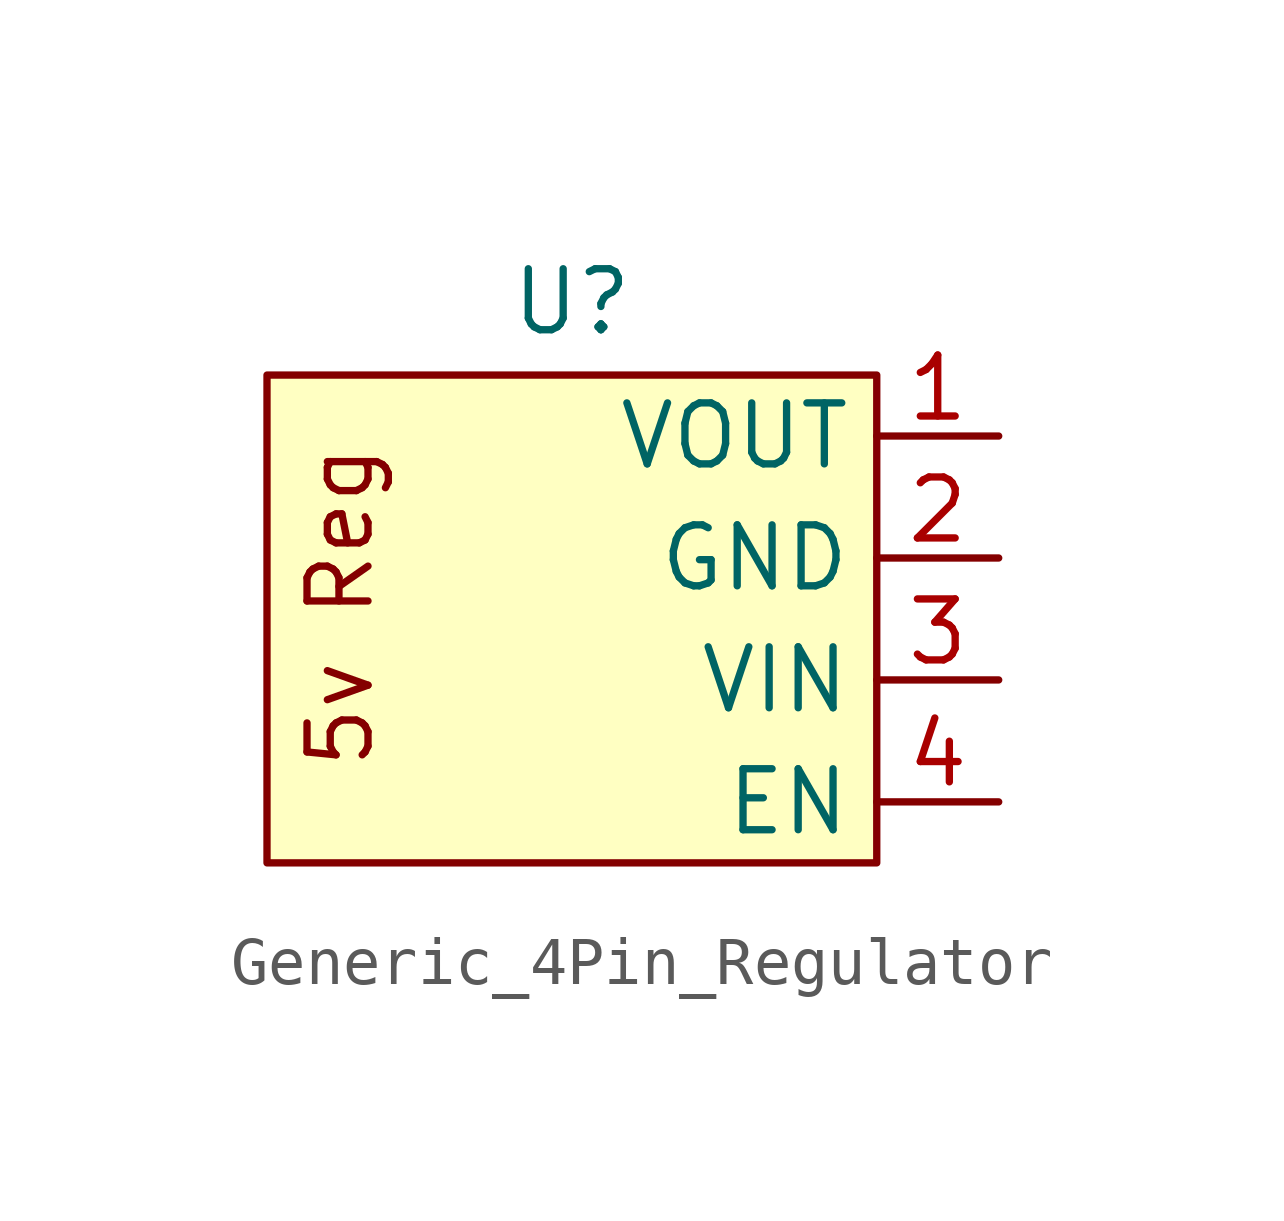
<source format=kicad_sym>
(kicad_symbol_lib
  (version 20241209)
  (generator "kicad_symbol_editor")
  (generator_version "9.0")
  (symbol "Generic_4Pin_Regulator"
    (property "Reference" "U"
      (at 0 5.334 0)
      (effects (font (size 1.27 1.27))))
    (property "Value" ""
      (at 0 0 0)
      (effects (font (size 1.27 1.27))))
    (symbol "Generic_4Pin_Regulator_1_0"
      (pin input line (at 8.89 -5.08 180) (length 2.54) (name "EN" (effects (font (size 1.27 1.27)))) (number "4" (effects (font (size 1.27 1.27))))))
    (symbol "Generic_4Pin_Regulator_1_1"
      (rectangle (start -6.35 3.81) (end 6.35 -6.35) (stroke (width 0) (type default)) (fill (type background)))
      (text "5v Reg" (at -4.826 -1.016 900) (effects (font (size 1.27 1.27))))
      (pin output line (at 8.89 2.54 180) (length 2.54) (name "VOUT" (effects (font (size 1.27 1.27)))) (number "1" (effects (font (size 1.27 1.27)))))
      (pin unspecified line (at 8.89 0 180) (length 2.54) (name "GND" (effects (font (size 1.27 1.27)))) (number "2" (effects (font (size 1.27 1.27)))))
      (pin input line (at 8.89 -2.54 180) (length 2.54) (name "VIN" (effects (font (size 1.27 1.27)))) (number "3" (effects (font (size 1.27 1.27))))))))
</source>
